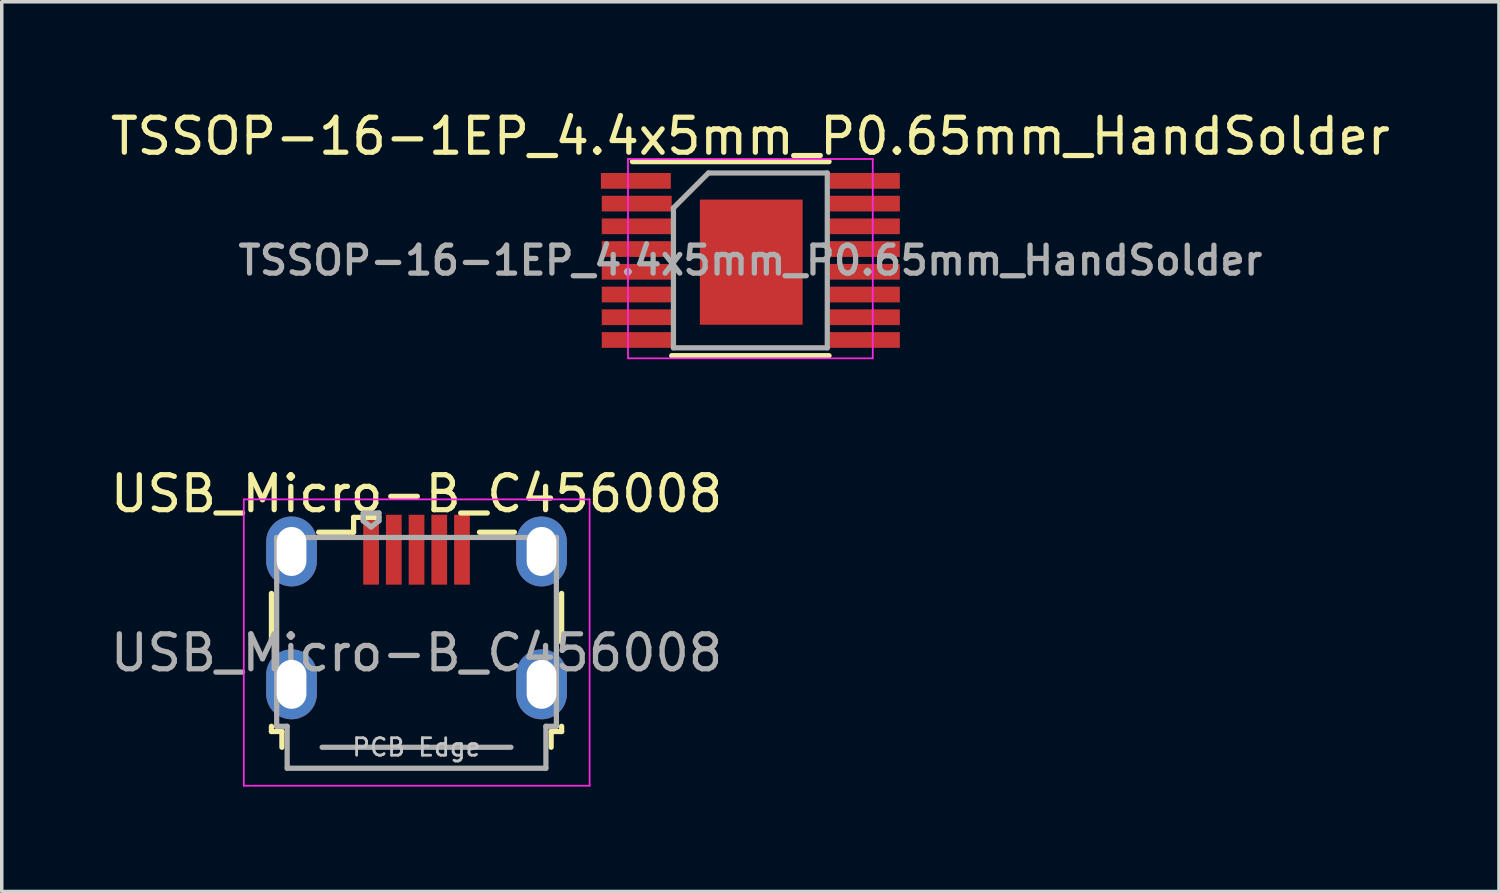
<source format=kicad_pcb>
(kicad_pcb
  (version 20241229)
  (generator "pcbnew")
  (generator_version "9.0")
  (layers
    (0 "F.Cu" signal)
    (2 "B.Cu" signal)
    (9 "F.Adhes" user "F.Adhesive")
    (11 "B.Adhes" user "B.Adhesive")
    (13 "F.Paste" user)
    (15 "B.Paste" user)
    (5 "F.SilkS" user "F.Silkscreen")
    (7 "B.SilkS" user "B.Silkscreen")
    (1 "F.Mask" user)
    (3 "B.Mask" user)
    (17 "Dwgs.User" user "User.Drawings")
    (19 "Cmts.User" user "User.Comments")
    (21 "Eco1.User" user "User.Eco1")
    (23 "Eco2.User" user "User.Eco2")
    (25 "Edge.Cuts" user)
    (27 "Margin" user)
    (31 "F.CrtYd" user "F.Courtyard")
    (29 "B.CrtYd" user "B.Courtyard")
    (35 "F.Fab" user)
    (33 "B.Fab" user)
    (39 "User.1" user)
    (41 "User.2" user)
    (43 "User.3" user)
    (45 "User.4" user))
  (footprint "USB_Micro-B_C456008"
    (layer "F.Cu")
    (at 8.863 14.572)
    (property "Reference" "USB_Micro-B_C456008" (at 0 -3.5 0) (layer "F.SilkS") (effects (font (size 1 1) (thickness 0.15))))
    (attr smd)
    (fp_line (start -4.15 -0.65) (end -4.15 0.75) (stroke (width 0.15) (type solid)) (layer "F.SilkS"))
    (fp_line (start -4.15 3.15) (end -4.15 3.3) (stroke (width 0.15) (type solid)) (layer "F.SilkS"))
    (fp_line (start -4.15 3.3) (end -3.85 3.3) (stroke (width 0.15) (type solid)) (layer "F.SilkS"))
    (fp_line (start -3.85 3.3) (end -3.85 3.75) (stroke (width 0.15) (type solid)) (layer "F.SilkS"))
    (fp_line (start -1.8 -2.825) (end -1.8 -2.4) (stroke (width 0.15) (type solid)) (layer "F.SilkS"))
    (fp_line (start -1.8 -2.4) (end -2.8 -2.4) (stroke (width 0.15) (type solid)) (layer "F.SilkS"))
    (fp_line (start -1.075 -2.825) (end -1.8 -2.825) (stroke (width 0.15) (type solid)) (layer "F.SilkS"))
    (fp_line (start 1.8 -2.4) (end 2.8 -2.4) (stroke (width 0.15) (type solid)) (layer "F.SilkS"))
    (fp_line (start 3.85 3.3) (end 4.15 3.3) (stroke (width 0.15) (type solid)) (layer "F.SilkS"))
    (fp_line (start 3.85 3.75) (end 3.85 3.3) (stroke (width 0.15) (type solid)) (layer "F.SilkS"))
    (fp_line (start 4.15 0.75) (end 4.15 -0.65) (stroke (width 0.15) (type solid)) (layer "F.SilkS"))
    (fp_line (start 4.15 3.3) (end 4.15 3.15) (stroke (width 0.15) (type solid)) (layer "F.SilkS"))
    (fp_line (start -4.94 -3.34) (end -4.94 4.85) (stroke (width 0.05) (type solid)) (layer "F.CrtYd"))
    (fp_line (start -4.94 4.85) (end 4.95 4.85) (stroke (width 0.05) (type solid)) (layer "F.CrtYd"))
    (fp_line (start 4.95 -3.34) (end -4.94 -3.34) (stroke (width 0.05) (type solid)) (layer "F.CrtYd"))
    (fp_line (start 4.95 4.85) (end 4.95 -3.34) (stroke (width 0.05) (type solid)) (layer "F.CrtYd"))
    (fp_line (start -4 -2.25) (end -4 3.15) (stroke (width 0.15) (type solid)) (layer "F.Fab"))
    (fp_line (start -4 3.15) (end -3.7 3.15) (stroke (width 0.15) (type solid)) (layer "F.Fab"))
    (fp_line (start -3.7 3.15) (end -3.7 4.35) (stroke (width 0.15) (type solid)) (layer "F.Fab"))
    (fp_line (start -3.7 4.35) (end 3.7 4.35) (stroke (width 0.15) (type solid)) (layer "F.Fab"))
    (fp_line (start -2.7 3.75) (end 2.7 3.75) (stroke (width 0.15) (type solid)) (layer "F.Fab"))
    (fp_line (start -1.525 -2.95) (end -1.075 -2.95) (stroke (width 0.15) (type solid)) (layer "F.Fab"))
    (fp_line (start -1.525 -2.725) (end -1.525 -2.95) (stroke (width 0.15) (type solid)) (layer "F.Fab"))
    (fp_line (start -1.3 -2.55) (end -1.525 -2.725) (stroke (width 0.15) (type solid)) (layer "F.Fab"))
    (fp_line (start -1.075 -2.95) (end -1.075 -2.725) (stroke (width 0.15) (type solid)) (layer "F.Fab"))
    (fp_line (start -1.075 -2.725) (end -1.3 -2.55) (stroke (width 0.15) (type solid)) (layer "F.Fab"))
    (fp_line (start 3.7 3.15) (end 4 3.15) (stroke (width 0.15) (type solid)) (layer "F.Fab"))
    (fp_line (start 3.7 4.35) (end 3.7 3.15) (stroke (width 0.15) (type solid)) (layer "F.Fab"))
    (fp_line (start 4 -2.25) (end -4 -2.25) (stroke (width 0.15) (type solid)) (layer "F.Fab"))
    (fp_line (start 4 3.15) (end 4 -2.25) (stroke (width 0.15) (type solid)) (layer "F.Fab"))
    (fp_text user "PCB Edge" (at 0 3.75 0) (layer "Dwgs.User") (effects (font (size 0.5 0.5) (thickness 0.08))))
    (fp_text user "${REFERENCE}" (at 0 1.05 0) (layer "F.Fab") (effects (font (size 1 1) (thickness 0.15))))
    (pad "1" smd rect (at -1.3 -1.9) (size 0.45 2) (layers "F.Cu" "F.Mask" "F.Paste"))
    (pad "2" smd rect (at -0.65 -1.9) (size 0.45 2) (layers "F.Cu" "F.Mask" "F.Paste"))
    (pad "3" smd rect (at 0 -1.9) (size 0.45 2) (layers "F.Cu" "F.Mask" "F.Paste"))
    (pad "4" smd rect (at 0.65 -1.9) (size 0.45 2) (layers "F.Cu" "F.Mask" "F.Paste"))
    (pad "5" smd rect (at 1.3 -1.9) (size 0.45 2) (layers "F.Cu" "F.Mask" "F.Paste"))
    (pad "6" thru_hole oval (at -3.575 -1.85) (size 1.45 2) (drill oval 0.85 1.4) (layers "*.Cu" "*.Mask"))
    (pad "6" thru_hole oval (at -3.575 1.95) (size 1.45 2) (drill oval 0.85 1.4) (layers "*.Cu" "*.Mask"))
    (pad "6" thru_hole oval (at 3.575 -1.85) (size 1.45 2) (drill oval 0.85 1.4) (layers "*.Cu" "*.Mask"))
    (pad "6" thru_hole oval (at 3.575 1.95) (size 1.45 2) (drill oval 0.85 1.4) (layers "*.Cu" "*.Mask")))
  (footprint "TSSOP-16-1EP_4.4x5mm_P0.65mm_HandSolder"
    (layer "F.Cu")
    (at 18.411 4.398)
    (property "Reference" "TSSOP-16-1EP_4.4x5mm_P0.65mm_HandSolder" (at 0 -3.55 0) (layer "F.SilkS") (effects (font (size 1 1) (thickness 0.15))))
    (attr smd)
    (fp_line (start -3.375 -2.825) (end 2.25 -2.825) (stroke (width 0.15) (type solid)) (layer "F.SilkS"))
    (fp_line (start -2.25 2.725) (end 2.25 2.725) (stroke (width 0.15) (type solid)) (layer "F.SilkS"))
    (fp_line (start -3.5 -2.9) (end -3.5 2.8) (stroke (width 0.05) (type solid)) (layer "F.CrtYd"))
    (fp_line (start -3.5 -2.9) (end 3.5 -2.9) (stroke (width 0.05) (type solid)) (layer "F.CrtYd"))
    (fp_line (start -3.5 2.8) (end 3.5 2.8) (stroke (width 0.05) (type solid)) (layer "F.CrtYd"))
    (fp_line (start 3.5 -2.9) (end 3.5 2.8) (stroke (width 0.05) (type solid)) (layer "F.CrtYd"))
    (fp_line (start -2.2 -1.5) (end -1.2 -2.5) (stroke (width 0.15) (type solid)) (layer "F.Fab"))
    (fp_line (start -2.2 2.5) (end -2.2 -1.5) (stroke (width 0.15) (type solid)) (layer "F.Fab"))
    (fp_line (start -1.2 -2.5) (end 2.2 -2.5) (stroke (width 0.15) (type solid)) (layer "F.Fab"))
    (fp_line (start 2.2 -2.5) (end 2.2 2.5) (stroke (width 0.15) (type solid)) (layer "F.Fab"))
    (fp_line (start 2.2 2.5) (end -2.2 2.5) (stroke (width 0.15) (type solid)) (layer "F.Fab"))
    (fp_text user "${REFERENCE}" (at 0 0 0) (layer "F.Fab") (effects (font (size 0.8 0.8) (thickness 0.15))))
    (pad "1" smd rect (at -3.275 -2.275) (size 2 0.45) (layers "F.Cu" "F.Mask" "F.Paste"))
    (pad "2" smd rect (at -3.25 -1.625) (size 2 0.45) (layers "F.Cu" "F.Mask" "F.Paste"))
    (pad "3" smd rect (at -3.25 -0.975) (size 2 0.45) (layers "F.Cu" "F.Mask" "F.Paste"))
    (pad "4" smd rect (at -3.25 -0.325) (size 2 0.45) (layers "F.Cu" "F.Mask" "F.Paste"))
    (pad "5" smd rect (at -3.25 0.325) (size 2 0.45) (layers "F.Cu" "F.Mask" "F.Paste"))
    (pad "5" smd rect (at 0.025 0.05) (size 2.94 3.58) (layers "F.Cu" "F.Mask" "F.Paste"))
    (pad "6" smd rect (at -3.25 0.975) (size 2 0.45) (layers "F.Cu" "F.Mask" "F.Paste"))
    (pad "7" smd rect (at -3.25 1.625) (size 2 0.45) (layers "F.Cu" "F.Mask" "F.Paste"))
    (pad "8" smd rect (at -3.25 2.275) (size 2 0.45) (layers "F.Cu" "F.Mask" "F.Paste"))
    (pad "9" smd rect (at 3.275 2.275) (size 2 0.45) (layers "F.Cu" "F.Mask" "F.Paste"))
    (pad "10" smd rect (at 3.275 1.625) (size 2 0.45) (layers "F.Cu" "F.Mask" "F.Paste"))
    (pad "11" smd rect (at 3.275 0.975) (size 2 0.45) (layers "F.Cu" "F.Mask" "F.Paste"))
    (pad "12" smd rect (at 3.275 0.325) (size 2 0.45) (layers "F.Cu" "F.Mask" "F.Paste"))
    (pad "13" smd rect (at 3.275 -0.325) (size 2 0.45) (layers "F.Cu" "F.Mask" "F.Paste"))
    (pad "14" smd rect (at 3.275 -0.975) (size 2 0.45) (layers "F.Cu" "F.Mask" "F.Paste"))
    (pad "15" smd rect (at 3.275 -1.625) (size 2 0.45) (layers "F.Cu" "F.Mask" "F.Paste"))
    (pad "16" smd rect (at 3.275 -2.275) (size 2 0.45) (layers "F.Cu" "F.Mask" "F.Paste")))
  (gr_rect
    (start -3 -3)
    (end 39.821 22.447)
    (stroke (width 0.1) (type default))
    (fill no)
    (layer "Edge.Cuts")))
</source>
